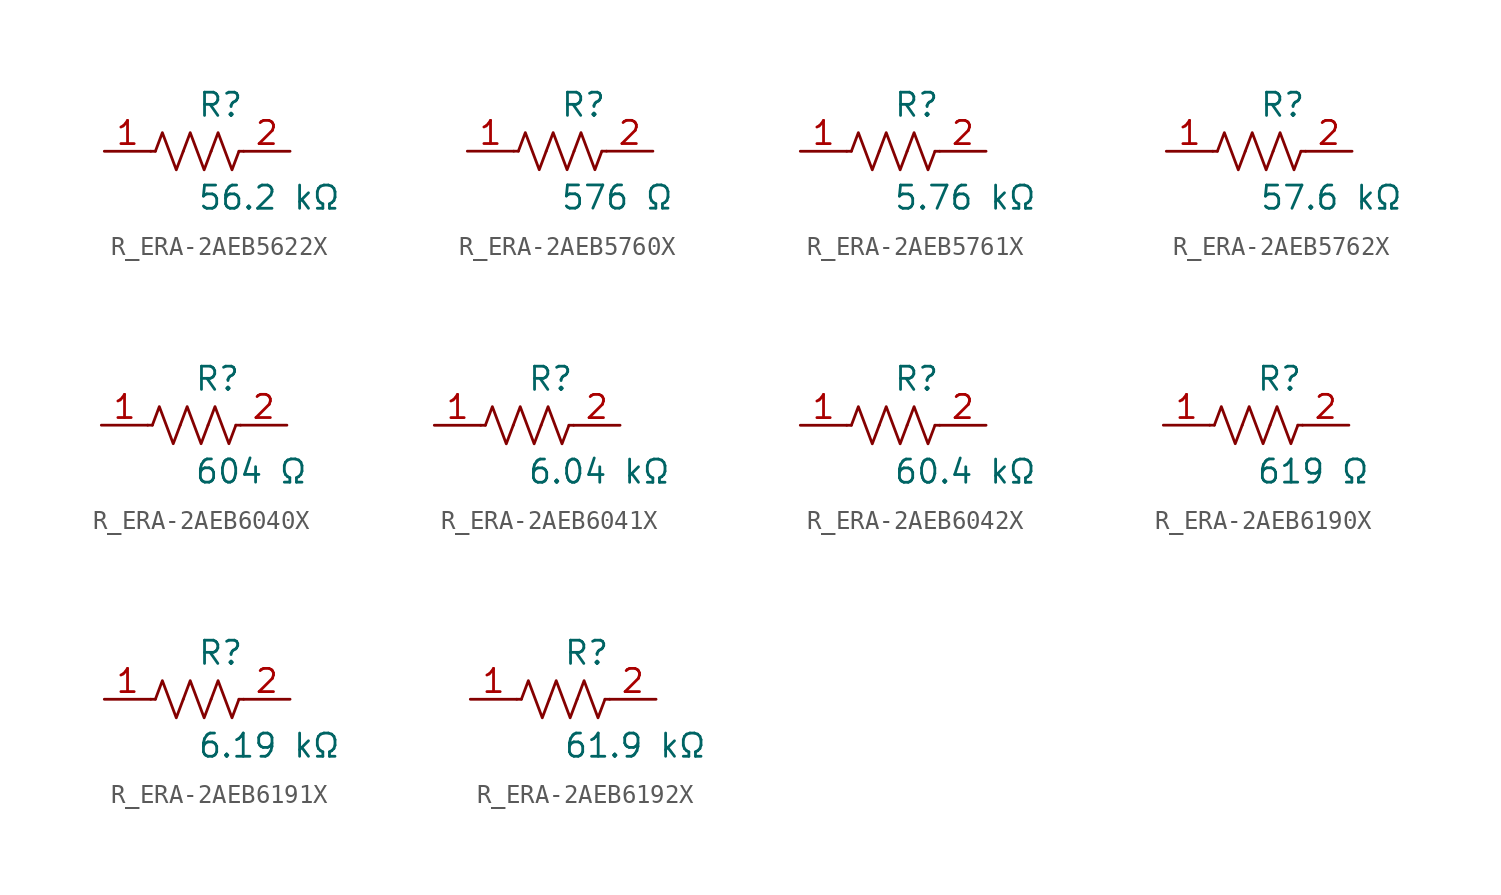
<source format=kicad_sym>
(kicad_symbol_lib
  (version 20231120)
  (generator kicad_symbol_editor)
  (generator_version 8.0)
  (symbol "R_ERA-2AEB5622X"
    (pin_names
      (offset 0.254))
    (property "Reference" "R"
      (at 0.0 2.54 0)
      (effects (font (size 1.27 1.27)) (justify left)))
    (property "Value" "56.2 kΩ"
      (at 0.0 -2.54 0)
      (effects (font (size 1.27 1.27)) (justify left)))
    (symbol "R_ERA-2AEB5622X_0_1"
      (polyline (pts (xy 2.286 0) (xy 2.54 0)) (stroke (width 0) (type default)) (fill (type none)))
      (polyline (pts (xy -2.286 0) (xy -2.54 0)) (stroke (width 0) (type default)) (fill (type none)))
      (polyline (pts (xy 0.762 0) (xy 1.143 1.016) (xy 1.524 0) (xy 1.905 -1.016) (xy 2.286 0)) (stroke (width 0) (type default)) (fill (type none)))
      (polyline (pts (xy -0.762 0) (xy -0.381 1.016) (xy 0 0) (xy 0.381 -1.016) (xy 0.762 0)) (stroke (width 0) (type default)) (fill (type none)))
      (polyline (pts (xy -2.286 0) (xy -1.905 1.016) (xy -1.524 0) (xy -1.143 -1.016) (xy -0.762 0)) (stroke (width 0) (type default)) (fill (type none))))
    (pin unspecified line
      (at -5.08 0 0)
      (length 2.54)
      (name "" (effects (font (size 1.27 1.27))))
      (number "1" (effects (font (size 1.27 1.27)))))
    (pin unspecified line
      (at 5.08 0 180)
      (length 2.54)
      (name "" (effects (font (size 1.27 1.27))))
      (number "2" (effects (font (size 1.27 1.27))))))
  (symbol "R_ERA-2AEB5760X"
    (pin_names
      (offset 0.254))
    (property "Reference" "R"
      (at 0.0 2.54 0)
      (effects (font (size 1.27 1.27)) (justify left)))
    (property "Value" "576 Ω"
      (at 0.0 -2.54 0)
      (effects (font (size 1.27 1.27)) (justify left)))
    (symbol "R_ERA-2AEB5760X_0_1"
      (polyline (pts (xy 2.286 0) (xy 2.54 0)) (stroke (width 0) (type default)) (fill (type none)))
      (polyline (pts (xy -2.286 0) (xy -2.54 0)) (stroke (width 0) (type default)) (fill (type none)))
      (polyline (pts (xy 0.762 0) (xy 1.143 1.016) (xy 1.524 0) (xy 1.905 -1.016) (xy 2.286 0)) (stroke (width 0) (type default)) (fill (type none)))
      (polyline (pts (xy -0.762 0) (xy -0.381 1.016) (xy 0 0) (xy 0.381 -1.016) (xy 0.762 0)) (stroke (width 0) (type default)) (fill (type none)))
      (polyline (pts (xy -2.286 0) (xy -1.905 1.016) (xy -1.524 0) (xy -1.143 -1.016) (xy -0.762 0)) (stroke (width 0) (type default)) (fill (type none))))
    (pin unspecified line
      (at -5.08 0 0)
      (length 2.54)
      (name "" (effects (font (size 1.27 1.27))))
      (number "1" (effects (font (size 1.27 1.27)))))
    (pin unspecified line
      (at 5.08 0 180)
      (length 2.54)
      (name "" (effects (font (size 1.27 1.27))))
      (number "2" (effects (font (size 1.27 1.27))))))
  (symbol "R_ERA-2AEB5761X"
    (pin_names
      (offset 0.254))
    (property "Reference" "R"
      (at 0.0 2.54 0)
      (effects (font (size 1.27 1.27)) (justify left)))
    (property "Value" "5.76 kΩ"
      (at 0.0 -2.54 0)
      (effects (font (size 1.27 1.27)) (justify left)))
    (symbol "R_ERA-2AEB5761X_0_1"
      (polyline (pts (xy 2.286 0) (xy 2.54 0)) (stroke (width 0) (type default)) (fill (type none)))
      (polyline (pts (xy -2.286 0) (xy -2.54 0)) (stroke (width 0) (type default)) (fill (type none)))
      (polyline (pts (xy 0.762 0) (xy 1.143 1.016) (xy 1.524 0) (xy 1.905 -1.016) (xy 2.286 0)) (stroke (width 0) (type default)) (fill (type none)))
      (polyline (pts (xy -0.762 0) (xy -0.381 1.016) (xy 0 0) (xy 0.381 -1.016) (xy 0.762 0)) (stroke (width 0) (type default)) (fill (type none)))
      (polyline (pts (xy -2.286 0) (xy -1.905 1.016) (xy -1.524 0) (xy -1.143 -1.016) (xy -0.762 0)) (stroke (width 0) (type default)) (fill (type none))))
    (pin unspecified line
      (at -5.08 0 0)
      (length 2.54)
      (name "" (effects (font (size 1.27 1.27))))
      (number "1" (effects (font (size 1.27 1.27)))))
    (pin unspecified line
      (at 5.08 0 180)
      (length 2.54)
      (name "" (effects (font (size 1.27 1.27))))
      (number "2" (effects (font (size 1.27 1.27))))))
  (symbol "R_ERA-2AEB5762X"
    (pin_names
      (offset 0.254))
    (property "Reference" "R"
      (at 0.0 2.54 0)
      (effects (font (size 1.27 1.27)) (justify left)))
    (property "Value" "57.6 kΩ"
      (at 0.0 -2.54 0)
      (effects (font (size 1.27 1.27)) (justify left)))
    (symbol "R_ERA-2AEB5762X_0_1"
      (polyline (pts (xy 2.286 0) (xy 2.54 0)) (stroke (width 0) (type default)) (fill (type none)))
      (polyline (pts (xy -2.286 0) (xy -2.54 0)) (stroke (width 0) (type default)) (fill (type none)))
      (polyline (pts (xy 0.762 0) (xy 1.143 1.016) (xy 1.524 0) (xy 1.905 -1.016) (xy 2.286 0)) (stroke (width 0) (type default)) (fill (type none)))
      (polyline (pts (xy -0.762 0) (xy -0.381 1.016) (xy 0 0) (xy 0.381 -1.016) (xy 0.762 0)) (stroke (width 0) (type default)) (fill (type none)))
      (polyline (pts (xy -2.286 0) (xy -1.905 1.016) (xy -1.524 0) (xy -1.143 -1.016) (xy -0.762 0)) (stroke (width 0) (type default)) (fill (type none))))
    (pin unspecified line
      (at -5.08 0 0)
      (length 2.54)
      (name "" (effects (font (size 1.27 1.27))))
      (number "1" (effects (font (size 1.27 1.27)))))
    (pin unspecified line
      (at 5.08 0 180)
      (length 2.54)
      (name "" (effects (font (size 1.27 1.27))))
      (number "2" (effects (font (size 1.27 1.27))))))
  (symbol "R_ERA-2AEB6040X"
    (pin_names
      (offset 0.254))
    (property "Reference" "R"
      (at 0.0 2.54 0)
      (effects (font (size 1.27 1.27)) (justify left)))
    (property "Value" "604 Ω"
      (at 0.0 -2.54 0)
      (effects (font (size 1.27 1.27)) (justify left)))
    (symbol "R_ERA-2AEB6040X_0_1"
      (polyline (pts (xy 2.286 0) (xy 2.54 0)) (stroke (width 0) (type default)) (fill (type none)))
      (polyline (pts (xy -2.286 0) (xy -2.54 0)) (stroke (width 0) (type default)) (fill (type none)))
      (polyline (pts (xy 0.762 0) (xy 1.143 1.016) (xy 1.524 0) (xy 1.905 -1.016) (xy 2.286 0)) (stroke (width 0) (type default)) (fill (type none)))
      (polyline (pts (xy -0.762 0) (xy -0.381 1.016) (xy 0 0) (xy 0.381 -1.016) (xy 0.762 0)) (stroke (width 0) (type default)) (fill (type none)))
      (polyline (pts (xy -2.286 0) (xy -1.905 1.016) (xy -1.524 0) (xy -1.143 -1.016) (xy -0.762 0)) (stroke (width 0) (type default)) (fill (type none))))
    (pin unspecified line
      (at -5.08 0 0)
      (length 2.54)
      (name "" (effects (font (size 1.27 1.27))))
      (number "1" (effects (font (size 1.27 1.27)))))
    (pin unspecified line
      (at 5.08 0 180)
      (length 2.54)
      (name "" (effects (font (size 1.27 1.27))))
      (number "2" (effects (font (size 1.27 1.27))))))
  (symbol "R_ERA-2AEB6041X"
    (pin_names
      (offset 0.254))
    (property "Reference" "R"
      (at 0.0 2.54 0)
      (effects (font (size 1.27 1.27)) (justify left)))
    (property "Value" "6.04 kΩ"
      (at 0.0 -2.54 0)
      (effects (font (size 1.27 1.27)) (justify left)))
    (symbol "R_ERA-2AEB6041X_0_1"
      (polyline (pts (xy 2.286 0) (xy 2.54 0)) (stroke (width 0) (type default)) (fill (type none)))
      (polyline (pts (xy -2.286 0) (xy -2.54 0)) (stroke (width 0) (type default)) (fill (type none)))
      (polyline (pts (xy 0.762 0) (xy 1.143 1.016) (xy 1.524 0) (xy 1.905 -1.016) (xy 2.286 0)) (stroke (width 0) (type default)) (fill (type none)))
      (polyline (pts (xy -0.762 0) (xy -0.381 1.016) (xy 0 0) (xy 0.381 -1.016) (xy 0.762 0)) (stroke (width 0) (type default)) (fill (type none)))
      (polyline (pts (xy -2.286 0) (xy -1.905 1.016) (xy -1.524 0) (xy -1.143 -1.016) (xy -0.762 0)) (stroke (width 0) (type default)) (fill (type none))))
    (pin unspecified line
      (at -5.08 0 0)
      (length 2.54)
      (name "" (effects (font (size 1.27 1.27))))
      (number "1" (effects (font (size 1.27 1.27)))))
    (pin unspecified line
      (at 5.08 0 180)
      (length 2.54)
      (name "" (effects (font (size 1.27 1.27))))
      (number "2" (effects (font (size 1.27 1.27))))))
  (symbol "R_ERA-2AEB6042X"
    (pin_names
      (offset 0.254))
    (property "Reference" "R"
      (at 0.0 2.54 0)
      (effects (font (size 1.27 1.27)) (justify left)))
    (property "Value" "60.4 kΩ"
      (at 0.0 -2.54 0)
      (effects (font (size 1.27 1.27)) (justify left)))
    (symbol "R_ERA-2AEB6042X_0_1"
      (polyline (pts (xy 2.286 0) (xy 2.54 0)) (stroke (width 0) (type default)) (fill (type none)))
      (polyline (pts (xy -2.286 0) (xy -2.54 0)) (stroke (width 0) (type default)) (fill (type none)))
      (polyline (pts (xy 0.762 0) (xy 1.143 1.016) (xy 1.524 0) (xy 1.905 -1.016) (xy 2.286 0)) (stroke (width 0) (type default)) (fill (type none)))
      (polyline (pts (xy -0.762 0) (xy -0.381 1.016) (xy 0 0) (xy 0.381 -1.016) (xy 0.762 0)) (stroke (width 0) (type default)) (fill (type none)))
      (polyline (pts (xy -2.286 0) (xy -1.905 1.016) (xy -1.524 0) (xy -1.143 -1.016) (xy -0.762 0)) (stroke (width 0) (type default)) (fill (type none))))
    (pin unspecified line
      (at -5.08 0 0)
      (length 2.54)
      (name "" (effects (font (size 1.27 1.27))))
      (number "1" (effects (font (size 1.27 1.27)))))
    (pin unspecified line
      (at 5.08 0 180)
      (length 2.54)
      (name "" (effects (font (size 1.27 1.27))))
      (number "2" (effects (font (size 1.27 1.27))))))
  (symbol "R_ERA-2AEB6190X"
    (pin_names
      (offset 0.254))
    (property "Reference" "R"
      (at 0.0 2.54 0)
      (effects (font (size 1.27 1.27)) (justify left)))
    (property "Value" "619 Ω"
      (at 0.0 -2.54 0)
      (effects (font (size 1.27 1.27)) (justify left)))
    (symbol "R_ERA-2AEB6190X_0_1"
      (polyline (pts (xy 2.286 0) (xy 2.54 0)) (stroke (width 0) (type default)) (fill (type none)))
      (polyline (pts (xy -2.286 0) (xy -2.54 0)) (stroke (width 0) (type default)) (fill (type none)))
      (polyline (pts (xy 0.762 0) (xy 1.143 1.016) (xy 1.524 0) (xy 1.905 -1.016) (xy 2.286 0)) (stroke (width 0) (type default)) (fill (type none)))
      (polyline (pts (xy -0.762 0) (xy -0.381 1.016) (xy 0 0) (xy 0.381 -1.016) (xy 0.762 0)) (stroke (width 0) (type default)) (fill (type none)))
      (polyline (pts (xy -2.286 0) (xy -1.905 1.016) (xy -1.524 0) (xy -1.143 -1.016) (xy -0.762 0)) (stroke (width 0) (type default)) (fill (type none))))
    (pin unspecified line
      (at -5.08 0 0)
      (length 2.54)
      (name "" (effects (font (size 1.27 1.27))))
      (number "1" (effects (font (size 1.27 1.27)))))
    (pin unspecified line
      (at 5.08 0 180)
      (length 2.54)
      (name "" (effects (font (size 1.27 1.27))))
      (number "2" (effects (font (size 1.27 1.27))))))
  (symbol "R_ERA-2AEB6191X"
    (pin_names
      (offset 0.254))
    (property "Reference" "R"
      (at 0.0 2.54 0)
      (effects (font (size 1.27 1.27)) (justify left)))
    (property "Value" "6.19 kΩ"
      (at 0.0 -2.54 0)
      (effects (font (size 1.27 1.27)) (justify left)))
    (symbol "R_ERA-2AEB6191X_0_1"
      (polyline (pts (xy 2.286 0) (xy 2.54 0)) (stroke (width 0) (type default)) (fill (type none)))
      (polyline (pts (xy -2.286 0) (xy -2.54 0)) (stroke (width 0) (type default)) (fill (type none)))
      (polyline (pts (xy 0.762 0) (xy 1.143 1.016) (xy 1.524 0) (xy 1.905 -1.016) (xy 2.286 0)) (stroke (width 0) (type default)) (fill (type none)))
      (polyline (pts (xy -0.762 0) (xy -0.381 1.016) (xy 0 0) (xy 0.381 -1.016) (xy 0.762 0)) (stroke (width 0) (type default)) (fill (type none)))
      (polyline (pts (xy -2.286 0) (xy -1.905 1.016) (xy -1.524 0) (xy -1.143 -1.016) (xy -0.762 0)) (stroke (width 0) (type default)) (fill (type none))))
    (pin unspecified line
      (at -5.08 0 0)
      (length 2.54)
      (name "" (effects (font (size 1.27 1.27))))
      (number "1" (effects (font (size 1.27 1.27)))))
    (pin unspecified line
      (at 5.08 0 180)
      (length 2.54)
      (name "" (effects (font (size 1.27 1.27))))
      (number "2" (effects (font (size 1.27 1.27))))))
  (symbol "R_ERA-2AEB6192X"
    (pin_names
      (offset 0.254))
    (property "Reference" "R"
      (at 0.0 2.54 0)
      (effects (font (size 1.27 1.27)) (justify left)))
    (property "Value" "61.9 kΩ"
      (at 0.0 -2.54 0)
      (effects (font (size 1.27 1.27)) (justify left)))
    (symbol "R_ERA-2AEB6192X_0_1"
      (polyline (pts (xy 2.286 0) (xy 2.54 0)) (stroke (width 0) (type default)) (fill (type none)))
      (polyline (pts (xy -2.286 0) (xy -2.54 0)) (stroke (width 0) (type default)) (fill (type none)))
      (polyline (pts (xy 0.762 0) (xy 1.143 1.016) (xy 1.524 0) (xy 1.905 -1.016) (xy 2.286 0)) (stroke (width 0) (type default)) (fill (type none)))
      (polyline (pts (xy -0.762 0) (xy -0.381 1.016) (xy 0 0) (xy 0.381 -1.016) (xy 0.762 0)) (stroke (width 0) (type default)) (fill (type none)))
      (polyline (pts (xy -2.286 0) (xy -1.905 1.016) (xy -1.524 0) (xy -1.143 -1.016) (xy -0.762 0)) (stroke (width 0) (type default)) (fill (type none))))
    (pin unspecified line
      (at -5.08 0 0)
      (length 2.54)
      (name "" (effects (font (size 1.27 1.27))))
      (number "1" (effects (font (size 1.27 1.27)))))
    (pin unspecified line
      (at 5.08 0 180)
      (length 2.54)
      (name "" (effects (font (size 1.27 1.27))))
      (number "2" (effects (font (size 1.27 1.27)))))))
</source>
